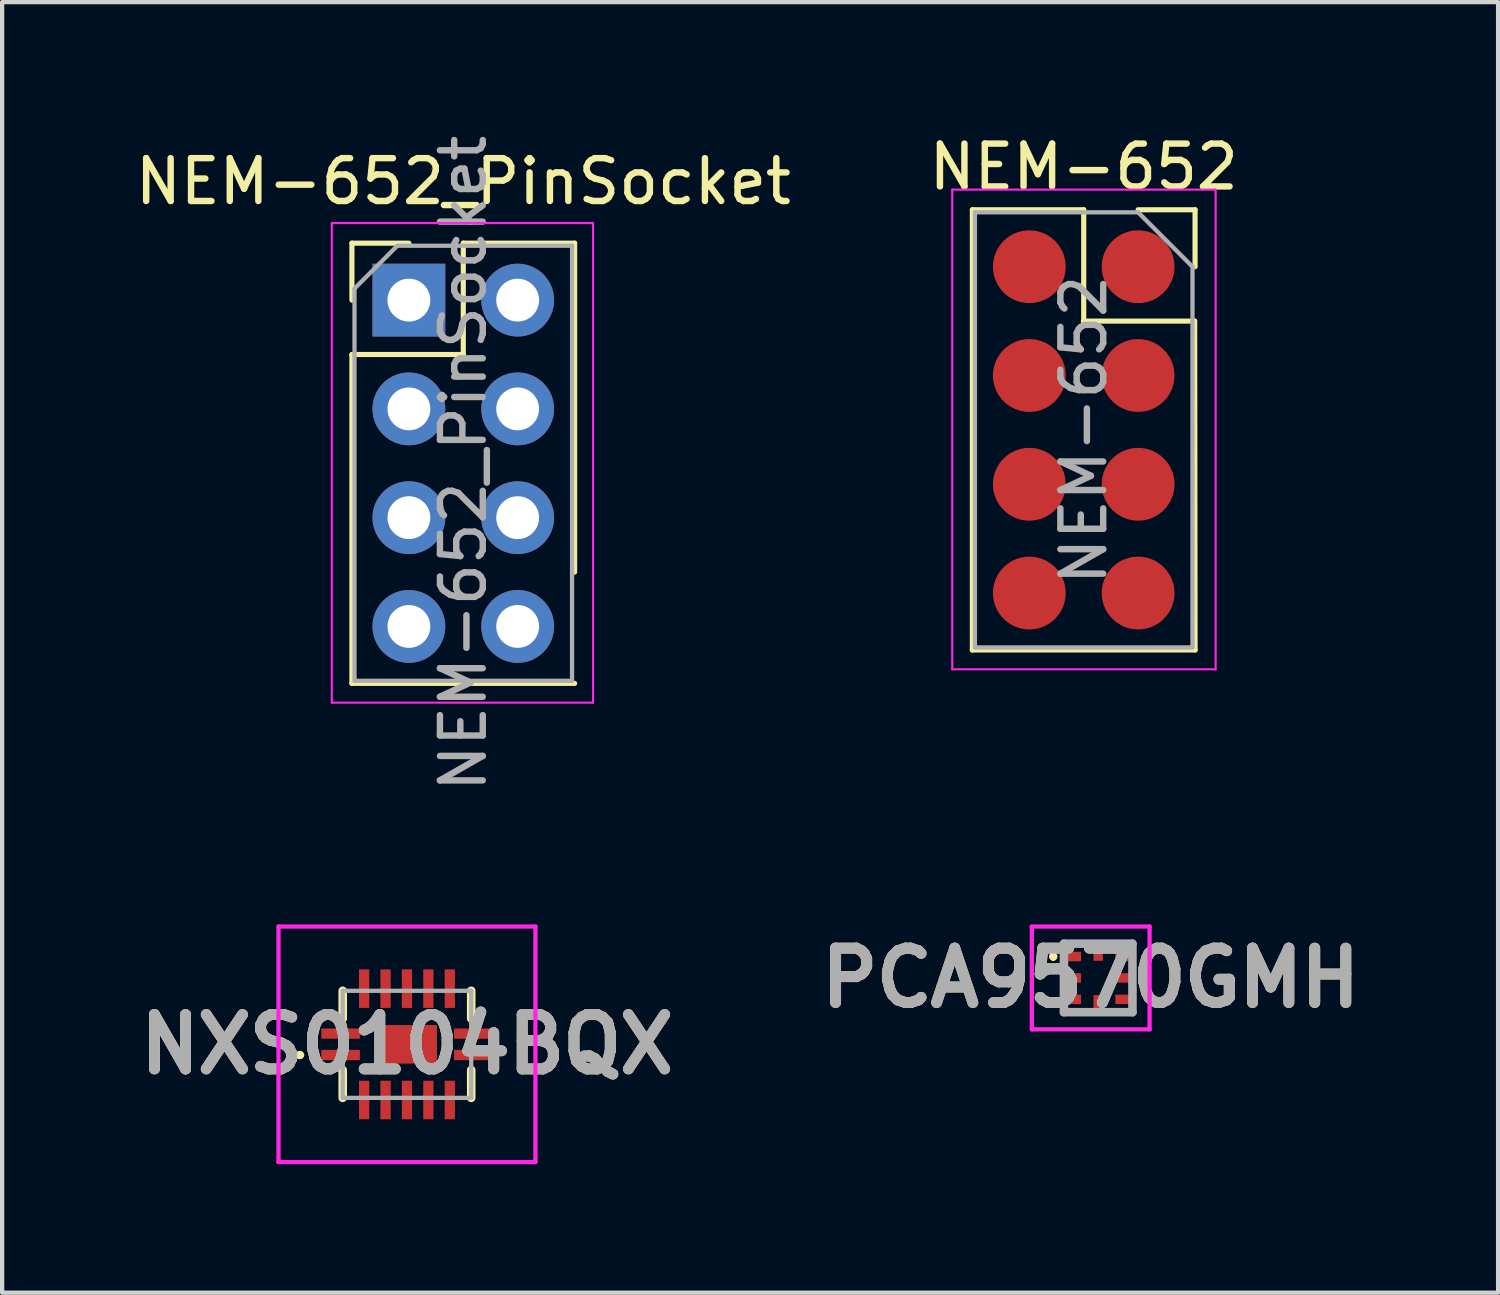
<source format=kicad_pcb>
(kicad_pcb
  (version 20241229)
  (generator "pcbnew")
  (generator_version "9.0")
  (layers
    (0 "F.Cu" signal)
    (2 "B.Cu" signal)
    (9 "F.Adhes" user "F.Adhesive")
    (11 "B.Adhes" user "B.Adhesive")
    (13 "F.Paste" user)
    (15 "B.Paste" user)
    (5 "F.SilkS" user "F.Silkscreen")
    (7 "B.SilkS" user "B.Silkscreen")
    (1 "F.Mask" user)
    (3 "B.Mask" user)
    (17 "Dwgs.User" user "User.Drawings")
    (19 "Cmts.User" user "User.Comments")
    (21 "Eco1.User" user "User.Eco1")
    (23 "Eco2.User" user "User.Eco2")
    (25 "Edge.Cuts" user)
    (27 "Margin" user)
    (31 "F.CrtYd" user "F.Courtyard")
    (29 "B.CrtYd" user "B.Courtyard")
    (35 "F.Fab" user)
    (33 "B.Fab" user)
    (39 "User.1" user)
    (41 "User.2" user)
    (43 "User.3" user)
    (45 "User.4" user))
  (footprint "NXS0104BQX"
    (layer "F.Cu")
    (at 6.453 21.336)
    (property "Reference" "NXS0104BQX" (at 0 0 0) (layer "F.SilkS") (effects (font (size 1.27 1.27) (thickness 0.254))))
    (attr smd)
    (fp_line (start -2.55 0.25) (end -2.55 0.25) (stroke (width 0.1) (type solid)) (layer "F.SilkS"))
    (fp_line (start -2.45 0.25) (end -2.45 0.25) (stroke (width 0.1) (type solid)) (layer "F.SilkS"))
    (fp_line (start -1.5 -0.6) (end -1.5 -1.25) (stroke (width 0.2) (type solid)) (layer "F.SilkS"))
    (fp_line (start -1.5 0.6) (end -1.5 1.25) (stroke (width 0.2) (type solid)) (layer "F.SilkS"))
    (fp_line (start 1.5 -0.6) (end 1.5 -1.25) (stroke (width 0.2) (type solid)) (layer "F.SilkS"))
    (fp_line (start 1.5 1.25) (end 1.5 0.6) (stroke (width 0.2) (type solid)) (layer "F.SilkS"))
    (fp_arc (start -2.55 0.25) (mid -2.5 0.2) (end -2.45 0.25) (stroke (width 0.1) (type solid)) (layer "F.SilkS"))
    (fp_arc (start -2.45 0.25) (mid -2.5 0.3) (end -2.55 0.25) (stroke (width 0.1) (type solid)) (layer "F.SilkS"))
    (fp_line (start -3 -2.75) (end 3 -2.75) (stroke (width 0.1) (type solid)) (layer "F.CrtYd"))
    (fp_line (start -3 2.75) (end -3 -2.75) (stroke (width 0.1) (type solid)) (layer "F.CrtYd"))
    (fp_line (start 3 -2.75) (end 3 2.75) (stroke (width 0.1) (type solid)) (layer "F.CrtYd"))
    (fp_line (start 3 2.75) (end -3 2.75) (stroke (width 0.1) (type solid)) (layer "F.CrtYd"))
    (fp_line (start -1.5 -1.25) (end 1.5 -1.25) (stroke (width 0.1) (type solid)) (layer "F.Fab"))
    (fp_line (start -1.5 1.25) (end -1.5 -1.25) (stroke (width 0.1) (type solid)) (layer "F.Fab"))
    (fp_line (start 1.5 -1.25) (end 1.5 1.25) (stroke (width 0.1) (type solid)) (layer "F.Fab"))
    (fp_line (start 1.5 1.25) (end -1.5 1.25) (stroke (width 0.1) (type solid)) (layer "F.Fab"))
    (fp_text user "${REFERENCE}" (at 0 0 0) (layer "F.Fab") (effects (font (size 1.27 1.27) (thickness 0.254))))
    (pad "1" smd rect (at -1.55 0.25 90) (size 0.24 0.9) (layers "F.Cu" "F.Mask" "F.Paste"))
    (pad "2" smd rect (at -1 1.3) (size 0.24 0.9) (layers "F.Cu" "F.Mask" "F.Paste"))
    (pad "3" smd rect (at -0.5 1.3) (size 0.24 0.9) (layers "F.Cu" "F.Mask" "F.Paste"))
    (pad "4" smd rect (at 0 1.3) (size 0.24 0.9) (layers "F.Cu" "F.Mask" "F.Paste"))
    (pad "5" smd rect (at 0.5 1.3) (size 0.24 0.9) (layers "F.Cu" "F.Mask" "F.Paste"))
    (pad "6" smd rect (at 1 1.3) (size 0.24 0.9) (layers "F.Cu" "F.Mask" "F.Paste"))
    (pad "7" smd rect (at 1.55 0.25 90) (size 0.24 0.9) (layers "F.Cu" "F.Mask" "F.Paste"))
    (pad "8" smd rect (at 1.55 -0.25 90) (size 0.24 0.9) (layers "F.Cu" "F.Mask" "F.Paste"))
    (pad "9" smd rect (at 1 -1.3) (size 0.24 0.9) (layers "F.Cu" "F.Mask" "F.Paste"))
    (pad "10" smd rect (at 0.5 -1.3) (size 0.24 0.9) (layers "F.Cu" "F.Mask" "F.Paste"))
    (pad "11" smd rect (at 0 -1.3) (size 0.24 0.9) (layers "F.Cu" "F.Mask" "F.Paste"))
    (pad "12" smd rect (at -0.5 -1.3) (size 0.24 0.9) (layers "F.Cu" "F.Mask" "F.Paste"))
    (pad "13" smd rect (at -1 -1.3) (size 0.24 0.9) (layers "F.Cu" "F.Mask" "F.Paste"))
    (pad "14" smd rect (at -1.55 -0.25 90) (size 0.24 0.9) (layers "F.Cu" "F.Mask" "F.Paste"))
    (pad "15" smd rect (at 0 0 90) (size 0.9 1.4) (layers "F.Cu" "F.Mask" "F.Paste")))
  (footprint "NEM-652_PinSocket"
    (layer "F.Cu")
    (at 9.038 3.958)
    (property "Reference" "NEM-652_PinSocket" (at -1.27 -2.77 0) (layer "F.SilkS") (effects (font (size 1 1) (thickness 0.15))))
    (attr through_hole)
    (fp_line (start -3.87 -1.33) (end -2.54 -1.33) (stroke (width 0.12) (type solid)) (layer "F.SilkS"))
    (fp_line (start -3.87 0) (end -3.87 -1.33) (stroke (width 0.12) (type solid)) (layer "F.SilkS"))
    (fp_line (start -3.87 1.27) (end -3.87 8.95) (stroke (width 0.12) (type solid)) (layer "F.SilkS"))
    (fp_line (start -3.87 1.27) (end -1.27 1.27) (stroke (width 0.12) (type solid)) (layer "F.SilkS"))
    (fp_line (start -3.87 8.95) (end 1.33 8.95) (stroke (width 0.12) (type solid)) (layer "F.SilkS"))
    (fp_line (start -1.27 -1.33) (end -1.27 1.27) (stroke (width 0.12) (type solid)) (layer "F.SilkS"))
    (fp_line (start -1.27 -1.33) (end 1.33 -1.33) (stroke (width 0.12) (type solid)) (layer "F.SilkS"))
    (fp_line (start 1.33 -1.33) (end 1.33 6.35) (stroke (width 0.12) (type solid)) (layer "F.SilkS"))
    (fp_line (start -4.34 -1.8) (end 1.76 -1.8) (stroke (width 0.05) (type solid)) (layer "F.CrtYd"))
    (fp_line (start -4.34 9.4) (end -4.34 -1.8) (stroke (width 0.05) (type solid)) (layer "F.CrtYd"))
    (fp_line (start 1.76 -1.8) (end 1.76 9.4) (stroke (width 0.05) (type solid)) (layer "F.CrtYd"))
    (fp_line (start 1.76 9.4) (end -4.34 9.4) (stroke (width 0.05) (type solid)) (layer "F.CrtYd"))
    (fp_line (start -3.81 -0.27) (end -2.81 -1.27) (stroke (width 0.1) (type solid)) (layer "F.Fab"))
    (fp_line (start -3.81 8.89) (end -3.81 -0.27) (stroke (width 0.1) (type solid)) (layer "F.Fab"))
    (fp_line (start -2.81 -1.27) (end 1.27 -1.27) (stroke (width 0.1) (type solid)) (layer "F.Fab"))
    (fp_line (start 1.27 -1.27) (end 1.27 8.89) (stroke (width 0.1) (type solid)) (layer "F.Fab"))
    (fp_line (start 1.27 8.89) (end -3.81 8.89) (stroke (width 0.1) (type solid)) (layer "F.Fab"))
    (fp_text user "${REFERENCE}" (at -1.27 3.81 90) (layer "F.Fab") (effects (font (size 1 1) (thickness 0.15))))
    (pad "1" thru_hole rect (at -2.54 0) (size 1.7 1.7) (drill 1) (layers "*.Cu" "*.Mask"))
    (pad "2" thru_hole oval (at -2.54 2.54) (size 1.7 1.7) (drill 1) (layers "*.Cu" "*.Mask"))
    (pad "3" thru_hole oval (at -2.54 5.08) (size 1.7 1.7) (drill 1) (layers "*.Cu" "*.Mask"))
    (pad "4" thru_hole oval (at -2.54 7.62) (size 1.7 1.7) (drill 1) (layers "*.Cu" "*.Mask"))
    (pad "5" thru_hole oval (at 0 7.62) (size 1.7 1.7) (drill 1) (layers "*.Cu" "*.Mask"))
    (pad "6" thru_hole oval (at 0 5.08) (size 1.7 1.7) (drill 1) (layers "*.Cu" "*.Mask"))
    (pad "7" thru_hole oval (at 0 2.54) (size 1.7 1.7) (drill 1) (layers "*.Cu" "*.Mask"))
    (pad "8" thru_hole circle (at 0 0) (size 1.7 1.7) (drill 1) (layers "*.Cu" "*.Mask")))
  (footprint "NEM-652"
    (layer "F.Cu")
    (at 20.986 3.178)
    (property "Reference" "NEM-652" (at 1.27 -2.33 0) (layer "F.SilkS") (effects (font (size 1 1) (thickness 0.15))))
    (attr smd)
    (fp_line (start -1.33 -1.33) (end -1.33 8.95) (stroke (width 0.12) (type solid)) (layer "F.SilkS"))
    (fp_line (start -1.33 -1.33) (end 1.27 -1.33) (stroke (width 0.12) (type solid)) (layer "F.SilkS"))
    (fp_line (start -1.33 8.95) (end 3.87 8.95) (stroke (width 0.12) (type solid)) (layer "F.SilkS"))
    (fp_line (start 1.261 1.27) (end 3.861 1.27) (stroke (width 0.12) (type solid)) (layer "F.SilkS"))
    (fp_line (start 1.27 1.27) (end 1.27 -1.33) (stroke (width 0.12) (type solid)) (layer "F.SilkS"))
    (fp_line (start 2.54 -1.33) (end 3.87 -1.33) (stroke (width 0.12) (type solid)) (layer "F.SilkS"))
    (fp_line (start 3.861 1.27) (end 3.87 8.95) (stroke (width 0.12) (type solid)) (layer "F.SilkS"))
    (fp_line (start 3.87 -1.33) (end 3.87 0) (stroke (width 0.12) (type solid)) (layer "F.SilkS"))
    (fp_line (start -1.8 -1.8) (end -1.8 9.4) (stroke (width 0.05) (type solid)) (layer "F.CrtYd"))
    (fp_line (start -1.8 9.4) (end 4.35 9.4) (stroke (width 0.05) (type solid)) (layer "F.CrtYd"))
    (fp_line (start 4.35 -1.8) (end -1.8 -1.8) (stroke (width 0.05) (type solid)) (layer "F.CrtYd"))
    (fp_line (start 4.35 9.4) (end 4.35 -1.8) (stroke (width 0.05) (type solid)) (layer "F.CrtYd"))
    (fp_line (start -1.27 -1.27) (end 2.54 -1.27) (stroke (width 0.1) (type solid)) (layer "F.Fab"))
    (fp_line (start -1.27 8.89) (end -1.27 -1.27) (stroke (width 0.1) (type solid)) (layer "F.Fab"))
    (fp_line (start 3.81 0) (end 2.54 -1.27) (stroke (width 0.1) (type solid)) (layer "F.Fab"))
    (fp_line (start 3.81 0) (end 3.81 8.89) (stroke (width 0.1) (type solid)) (layer "F.Fab"))
    (fp_line (start 3.81 8.89) (end -1.27 8.89) (stroke (width 0.1) (type solid)) (layer "F.Fab"))
    (fp_text user "${REFERENCE}" (at 1.27 3.81 90) (layer "F.Fab") (effects (font (size 1 1) (thickness 0.15))))
    (pad "1" smd circle (at 2.54 0) (size 1.7 1.7) (layers "F.Cu" "F.Mask" "F.Paste"))
    (pad "2" smd oval (at 2.54 2.54) (size 1.7 1.7) (layers "F.Cu" "F.Mask" "F.Paste"))
    (pad "3" smd oval (at 2.54 5.08) (size 1.7 1.7) (layers "F.Cu" "F.Mask" "F.Paste"))
    (pad "4" smd oval (at 2.54 7.62) (size 1.7 1.7) (layers "F.Cu" "F.Mask" "F.Paste"))
    (pad "5" smd oval (at 0 7.62) (size 1.7 1.7) (layers "F.Cu" "F.Mask" "F.Paste"))
    (pad "6" smd oval (at 0 5.08) (size 1.7 1.7) (layers "F.Cu" "F.Mask" "F.Paste"))
    (pad "7" smd oval (at 0 2.54) (size 1.7 1.7) (layers "F.Cu" "F.Mask" "F.Paste"))
    (pad "8" smd circle (at 0 0) (size 1.7 1.7) (layers "F.Cu" "F.Mask" "F.Paste")))
  (footprint "PCA9570GMH"
    (layer "F.Cu")
    (at 22.594 19.786)
    (property "Reference" "PCA9570GMH" (at -0.175 0 0) (layer "F.SilkS") (effects (font (size 1.27 1.27) (thickness 0.254))))
    (attr smd)
    (fp_line (start -1.05 -0.55) (end -1.05 -0.55) (stroke (width 0.1) (type solid)) (layer "F.SilkS"))
    (fp_line (start -1.05 -0.45) (end -1.05 -0.45) (stroke (width 0.1) (type solid)) (layer "F.SilkS"))
    (fp_line (start -0.8 -0.8) (end -0.2 -0.8) (stroke (width 0.1) (type solid)) (layer "F.SilkS"))
    (fp_line (start -0.2 0.8) (end -0.8 0.8) (stroke (width 0.1) (type solid)) (layer "F.SilkS"))
    (fp_line (start 0.2 -0.8) (end 0.8 -0.8) (stroke (width 0.1) (type solid)) (layer "F.SilkS"))
    (fp_line (start 0.8 0.8) (end 0.2 0.8) (stroke (width 0.1) (type solid)) (layer "F.SilkS"))
    (fp_arc (start -1.05 -0.55) (mid -1 -0.5) (end -1.05 -0.45) (stroke (width 0.1) (type solid)) (layer "F.SilkS"))
    (fp_arc (start -1.05 -0.45) (mid -1.1 -0.5) (end -1.05 -0.55) (stroke (width 0.1) (type solid)) (layer "F.SilkS"))
    (fp_line (start -1.55 -1.2) (end 1.2 -1.2) (stroke (width 0.1) (type solid)) (layer "F.CrtYd"))
    (fp_line (start -1.55 1.2) (end -1.55 -1.2) (stroke (width 0.1) (type solid)) (layer "F.CrtYd"))
    (fp_line (start 1.2 -1.2) (end 1.2 1.2) (stroke (width 0.1) (type solid)) (layer "F.CrtYd"))
    (fp_line (start 1.2 1.2) (end -1.55 1.2) (stroke (width 0.1) (type solid)) (layer "F.CrtYd"))
    (fp_line (start -0.8 -0.8) (end 0.8 -0.8) (stroke (width 0.2) (type solid)) (layer "F.Fab"))
    (fp_line (start -0.8 0.8) (end -0.8 -0.8) (stroke (width 0.2) (type solid)) (layer "F.Fab"))
    (fp_line (start 0.8 -0.8) (end 0.8 0.8) (stroke (width 0.2) (type solid)) (layer "F.Fab"))
    (fp_line (start 0.8 0.8) (end -0.8 0.8) (stroke (width 0.2) (type solid)) (layer "F.Fab"))
    (fp_text user "${REFERENCE}" (at -0.175 0 0) (layer "F.Fab") (effects (font (size 1.27 1.27) (thickness 0.254))))
    (pad "1" smd rect (at -0.6 -0.5 90) (size 0.22 0.4) (layers "F.Cu" "F.Mask" "F.Paste"))
    (pad "2" smd rect (at -0.6 0 90) (size 0.22 0.4) (layers "F.Cu" "F.Mask" "F.Paste"))
    (pad "3" smd rect (at -0.6 0.5 90) (size 0.22 0.4) (layers "F.Cu" "F.Mask" "F.Paste"))
    (pad "4" smd rect (at 0 0.6) (size 0.22 0.4) (layers "F.Cu" "F.Mask" "F.Paste"))
    (pad "5" smd rect (at 0.6 0.5 90) (size 0.22 0.4) (layers "F.Cu" "F.Mask" "F.Paste"))
    (pad "6" smd rect (at 0.6 0 90) (size 0.22 0.4) (layers "F.Cu" "F.Mask" "F.Paste"))
    (pad "7" smd rect (at 0.6 -0.5 90) (size 0.22 0.4) (layers "F.Cu" "F.Mask" "F.Paste"))
    (pad "8" smd rect (at 0 -0.6) (size 0.22 0.4) (layers "F.Cu" "F.Mask" "F.Paste")))
  (gr_rect
    (start -3 -3)
    (end 31.932 27.136)
    (stroke (width 0.1) (type default))
    (fill no)
    (layer "Edge.Cuts")))
</source>
